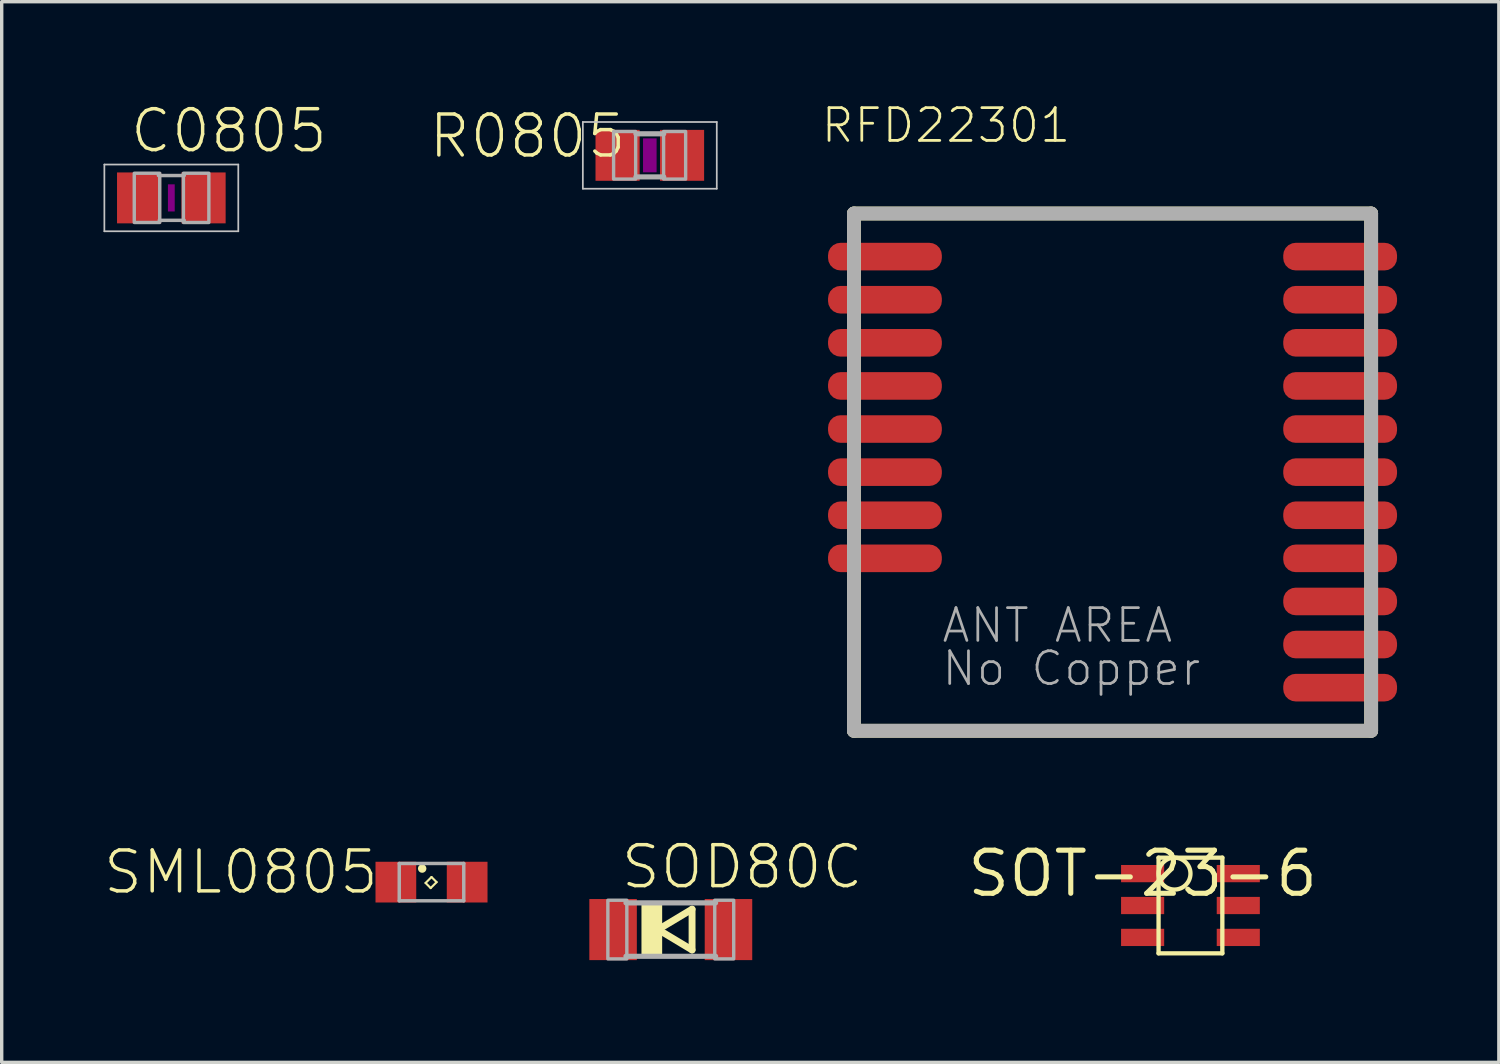
<source format=kicad_pcb>
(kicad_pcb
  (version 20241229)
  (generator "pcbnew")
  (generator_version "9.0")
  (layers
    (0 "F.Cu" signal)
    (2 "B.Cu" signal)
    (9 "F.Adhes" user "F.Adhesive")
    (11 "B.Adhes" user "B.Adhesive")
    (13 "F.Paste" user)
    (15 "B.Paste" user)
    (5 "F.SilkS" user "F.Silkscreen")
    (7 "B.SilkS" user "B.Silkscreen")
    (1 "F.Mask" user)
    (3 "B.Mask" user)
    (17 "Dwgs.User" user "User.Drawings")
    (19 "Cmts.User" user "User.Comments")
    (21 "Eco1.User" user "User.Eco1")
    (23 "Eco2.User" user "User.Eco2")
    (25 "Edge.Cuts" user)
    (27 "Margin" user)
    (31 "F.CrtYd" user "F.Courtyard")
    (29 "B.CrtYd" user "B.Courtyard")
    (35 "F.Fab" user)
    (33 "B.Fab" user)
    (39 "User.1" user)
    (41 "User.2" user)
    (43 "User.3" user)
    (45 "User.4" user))
  (footprint "SOD80C"
    (layer "F.Cu")
    (at 16.714 24.339)
    (property "Reference" "SOD80C" (at -1.524 -1.143 0) (layer "F.SilkS") (effects (font (size 1.206 1.206) (thickness 0.102)) (justify left bottom)))
    (attr through_hole)
    (fp_line (start -0.373 0) (end 0.627 0.6) (stroke (width 0.203) (type solid)) (layer "F.SilkS"))
    (fp_line (start 0.627 -0.6) (end -0.373 0) (stroke (width 0.203) (type solid)) (layer "F.SilkS"))
    (fp_line (start 0.627 0.6) (end 0.627 -0.6) (stroke (width 0.203) (type solid)) (layer "F.SilkS"))
    (fp_poly (pts (xy -0.864 0.787) (xy -0.254 0.787) (xy -0.254 -0.787) (xy -0.864 -0.787)) (stroke (width 0) (type solid)) (fill yes) (layer "F.SilkS"))
    (fp_line (start 1.321 -0.787) (end -1.321 -0.787) (stroke (width 0.152) (type solid)) (layer "F.Fab"))
    (fp_line (start 1.321 0.787) (end -1.321 0.787) (stroke (width 0.152) (type solid)) (layer "F.Fab"))
    (fp_poly (pts (xy -1.854 0.864) (xy -1.295 0.864) (xy -1.295 -0.864) (xy -1.854 -0.864)) (stroke (width 0.1) (type solid)) (fill no) (layer "F.Fab"))
    (fp_poly (pts (xy 1.295 0.864) (xy 1.854 0.864) (xy 1.854 -0.864) (xy 1.295 -0.864)) (stroke (width 0.1) (type solid)) (fill no) (layer "F.Fab"))
    (pad "A" smd rect (at 1.7 0) (size 1.4 1.8) (layers "F.Cu" "F.Mask" "F.Paste"))
    (pad "C" smd rect (at -1.7 0) (size 1.4 1.8) (layers "F.Cu" "F.Mask" "F.Paste")))
  (footprint "RFD22301"
    (layer "F.Cu")
    (at 29.73 12.131)
    (property "Reference" "RFD22301" (at -8.636 -10.922 0) (layer "F.SilkS") (effects (font (size 0.965 0.965) (thickness 0.081)) (justify left bottom)))
    (attr through_hole)
    (fp_line (start -7.62 -8.89) (end 7.62 -8.89) (stroke (width 0.406) (type solid)) (layer "F.SilkS"))
    (fp_line (start -7.62 6.35) (end -7.62 -8.89) (stroke (width 0.406) (type solid)) (layer "F.SilkS"))
    (fp_line (start -7.62 6.35) (end 7.62 6.35) (stroke (width 0.406) (type solid)) (layer "F.SilkS"))
    (fp_line (start 7.62 -8.89) (end 7.62 6.35) (stroke (width 0.406) (type solid)) (layer "F.SilkS"))
    (fp_line (start -7.62 -8.89) (end 7.62 -8.89) (stroke (width 0.406) (type solid)) (layer "F.Fab"))
    (fp_line (start -7.62 6.35) (end -7.62 -8.89) (stroke (width 0.406) (type solid)) (layer "F.Fab"))
    (fp_line (start 7.62 -8.89) (end 7.62 6.35) (stroke (width 0.406) (type solid)) (layer "F.Fab"))
    (fp_line (start 7.62 6.35) (end -7.62 6.35) (stroke (width 0.406) (type solid)) (layer "F.Fab"))
    (fp_text user "ANT AREA" (at -5.08 3.81 0) (layer "F.Fab") (effects (font (size 0.965 0.965) (thickness 0.081)) (justify left bottom)))
    (fp_text user "No Copper" (at -5.08 5.08 0) (layer "F.Fab") (effects (font (size 0.965 0.965) (thickness 0.081)) (justify left bottom)))
    (pad "1" smd roundrect (at -6.706 -7.62) (size 3.353 0.813) (layers "F.Cu" "F.Mask" "F.Paste") (roundrect_rratio 0.45))
    (pad "2" smd roundrect (at -6.706 -6.35) (size 3.353 0.813) (layers "F.Cu" "F.Mask" "F.Paste") (roundrect_rratio 0.45))
    (pad "3" smd roundrect (at -6.706 -5.08) (size 3.353 0.813) (layers "F.Cu" "F.Mask" "F.Paste") (roundrect_rratio 0.45))
    (pad "4" smd roundrect (at -6.706 -3.81) (size 3.353 0.813) (layers "F.Cu" "F.Mask" "F.Paste") (roundrect_rratio 0.45))
    (pad "5" smd roundrect (at -6.706 -2.54) (size 3.353 0.813) (layers "F.Cu" "F.Mask" "F.Paste") (roundrect_rratio 0.45))
    (pad "6" smd roundrect (at -6.706 -1.27) (size 3.353 0.813) (layers "F.Cu" "F.Mask" "F.Paste") (roundrect_rratio 0.45))
    (pad "7" smd roundrect (at -6.706 0) (size 3.353 0.813) (layers "F.Cu" "F.Mask" "F.Paste") (roundrect_rratio 0.45))
    (pad "8" smd roundrect (at -6.706 1.27) (size 3.353 0.813) (layers "F.Cu" "F.Mask" "F.Paste") (roundrect_rratio 0.45))
    (pad "9" smd roundrect (at 6.706 5.08) (size 3.353 0.813) (layers "F.Cu" "F.Mask" "F.Paste") (roundrect_rratio 0.45))
    (pad "10" smd roundrect (at 6.706 3.81) (size 3.353 0.813) (layers "F.Cu" "F.Mask" "F.Paste") (roundrect_rratio 0.45))
    (pad "11" smd roundrect (at 6.706 2.54) (size 3.353 0.813) (layers "F.Cu" "F.Mask" "F.Paste") (roundrect_rratio 0.45))
    (pad "12" smd roundrect (at 6.706 1.27) (size 3.353 0.813) (layers "F.Cu" "F.Mask" "F.Paste") (roundrect_rratio 0.45))
    (pad "13" smd roundrect (at 6.706 0) (size 3.353 0.813) (layers "F.Cu" "F.Mask" "F.Paste") (roundrect_rratio 0.45))
    (pad "14" smd roundrect (at 6.706 -1.27) (size 3.353 0.813) (layers "F.Cu" "F.Mask" "F.Paste") (roundrect_rratio 0.45))
    (pad "15" smd roundrect (at 6.706 -2.54) (size 3.353 0.813) (layers "F.Cu" "F.Mask" "F.Paste") (roundrect_rratio 0.45))
    (pad "16" smd roundrect (at 6.706 -3.81) (size 3.353 0.813) (layers "F.Cu" "F.Mask" "F.Paste") (roundrect_rratio 0.45))
    (pad "17" smd roundrect (at 6.706 -5.08) (size 3.353 0.813) (layers "F.Cu" "F.Mask" "F.Paste") (roundrect_rratio 0.45))
    (pad "18" smd roundrect (at 6.706 -6.35) (size 3.353 0.813) (layers "F.Cu" "F.Mask" "F.Paste") (roundrect_rratio 0.45))
    (pad "19" smd roundrect (at 6.706 -7.62) (size 3.353 0.813) (layers "F.Cu" "F.Mask" "F.Paste") (roundrect_rratio 0.45)))
  (footprint "SOT-23-6"
    (layer "F.Cu")
    (at 30.616 22.69)
    (property "Reference" "SOT-23-6" (at 0 0 0) (layer "F.SilkS") (effects (font (size 1.27 1.27) (thickness 0.15))))
    (attr through_hole)
    (fp_line (start 0.47 -0.47) (end 2.349 -0.47) (stroke (width 0.127) (type solid)) (layer "F.SilkS"))
    (fp_line (start 0.47 2.349) (end 0.47 -0.47) (stroke (width 0.127) (type solid)) (layer "F.SilkS"))
    (fp_line (start 2.349 -0.47) (end 2.349 2.349) (stroke (width 0.127) (type solid)) (layer "F.SilkS"))
    (fp_line (start 2.349 2.349) (end 0.47 2.349) (stroke (width 0.127) (type solid)) (layer "F.SilkS"))
    (fp_circle (center 0.94 0) (end 1.41 0) (stroke (width 0.127) (type solid)) (fill no) (layer "F.SilkS"))
    (pad "P$1" smd rect (at 0 0) (size 1.27 0.508) (layers "F.Cu" "F.Mask" "F.Paste"))
    (pad "P$2" smd rect (at 0 0.94) (size 1.27 0.508) (layers "F.Cu" "F.Mask" "F.Paste"))
    (pad "P$3" smd rect (at 0 1.88) (size 1.27 0.508) (layers "F.Cu" "F.Mask" "F.Paste"))
    (pad "P$4" smd rect (at 2.819 1.88) (size 1.27 0.508) (layers "F.Cu" "F.Mask" "F.Paste"))
    (pad "P$5" smd rect (at 2.819 0.94) (size 1.27 0.508) (layers "F.Cu" "F.Mask" "F.Paste"))
    (pad "P$6" smd rect (at 2.819 0) (size 1.27 0.508) (layers "F.Cu" "F.Mask" "F.Paste")))
  (footprint "SML0805"
    (layer "F.Cu")
    (at 9.664 22.941)
    (property "Reference" "SML0805" (at -1.5 -1 0) (layer "F.SilkS") (effects (font (size 1.206 1.206) (thickness 0.102)) (justify right top)))
    (attr through_hole)
    (fp_line (start -0.175 0.025) (end 0 -0.15) (stroke (width 0.063) (type solid)) (layer "F.SilkS"))
    (fp_line (start -0.025 0.175) (end -0.175 0.025) (stroke (width 0.063) (type solid)) (layer "F.SilkS"))
    (fp_line (start 0 -0.15) (end 0.15 0) (stroke (width 0.063) (type solid)) (layer "F.SilkS"))
    (fp_line (start 0.15 0) (end -0.025 0.175) (stroke (width 0.063) (type solid)) (layer "F.SilkS"))
    (fp_circle (center -0.275 -0.4) (end -0.212 -0.4) (stroke (width 0.125) (type solid)) (fill no) (layer "F.SilkS"))
    (fp_line (start -0.95 -0.55) (end -0.95 0.55) (stroke (width 0.102) (type solid)) (layer "F.Fab"))
    (fp_line (start -0.95 0.55) (end 0.95 0.55) (stroke (width 0.102) (type solid)) (layer "F.Fab"))
    (fp_line (start 0.95 -0.55) (end -0.95 -0.55) (stroke (width 0.102) (type solid)) (layer "F.Fab"))
    (fp_line (start 0.95 0.55) (end 0.95 -0.55) (stroke (width 0.102) (type solid)) (layer "F.Fab"))
    (pad "A" smd rect (at 1.05 0) (size 1.2 1.2) (layers "F.Cu" "F.Mask" "F.Paste"))
    (pad "C" smd rect (at -1.05 0) (size 1.2 1.2) (layers "F.Cu" "F.Mask" "F.Paste")))
  (footprint "R0805"
    (layer "F.Cu")
    (at 16.096 1.527)
    (property "Reference" "R0805" (at -0.635 -1.27 0) (layer "F.SilkS") (effects (font (size 1.206 1.206) (thickness 0.102)) (justify right top)))
    (attr through_hole)
    (fp_poly (pts (xy -0.2 0.5) (xy 0.2 0.5) (xy 0.2 -0.5) (xy -0.2 -0.5)) (stroke (width 0) (type solid)) (fill yes) (layer "F.Adhes"))
    (fp_line (start -1.973 -0.983) (end 1.973 -0.983) (stroke (width 0.051) (type solid)) (layer "Dwgs.User"))
    (fp_line (start -1.973 0.983) (end -1.973 -0.983) (stroke (width 0.051) (type solid)) (layer "Dwgs.User"))
    (fp_line (start 1.973 -0.983) (end 1.973 0.983) (stroke (width 0.051) (type solid)) (layer "Dwgs.User"))
    (fp_line (start 1.973 0.983) (end -1.973 0.983) (stroke (width 0.051) (type solid)) (layer "Dwgs.User"))
    (fp_line (start -0.41 -0.635) (end 0.41 -0.635) (stroke (width 0.152) (type solid)) (layer "F.Fab"))
    (fp_line (start -0.41 0.635) (end 0.41 0.635) (stroke (width 0.152) (type solid)) (layer "F.Fab"))
    (fp_poly (pts (xy -1.067 0.699) (xy -0.417 0.699) (xy -0.417 -0.702) (xy -1.067 -0.702)) (stroke (width 0.1) (type solid)) (fill no) (layer "F.Fab"))
    (fp_poly (pts (xy 0.406 0.699) (xy 1.056 0.699) (xy 1.056 -0.702) (xy 0.406 -0.702)) (stroke (width 0.1) (type solid)) (fill no) (layer "F.Fab"))
    (pad "1" smd rect (at -0.95 0) (size 1.3 1.5) (layers "F.Cu" "F.Mask" "F.Paste"))
    (pad "2" smd rect (at 0.95 0) (size 1.3 1.5) (layers "F.Cu" "F.Mask" "F.Paste")))
  (footprint "C0805"
    (layer "F.Cu")
    (at 1.998 2.781)
    (property "Reference" "C0805" (at -1.27 -1.27 0) (layer "F.SilkS") (effects (font (size 1.206 1.206) (thickness 0.102)) (justify left bottom)))
    (attr through_hole)
    (fp_poly (pts (xy -0.1 0.4) (xy 0.1 0.4) (xy 0.1 -0.4) (xy -0.1 -0.4)) (stroke (width 0) (type solid)) (fill yes) (layer "F.Adhes"))
    (fp_line (start -1.973 -0.983) (end 1.973 -0.983) (stroke (width 0.051) (type solid)) (layer "Dwgs.User"))
    (fp_line (start -1.973 0.983) (end -1.973 -0.983) (stroke (width 0.051) (type solid)) (layer "Dwgs.User"))
    (fp_line (start 1.973 -0.983) (end 1.973 0.983) (stroke (width 0.051) (type solid)) (layer "Dwgs.User"))
    (fp_line (start 1.973 0.983) (end -1.973 0.983) (stroke (width 0.051) (type solid)) (layer "Dwgs.User"))
    (fp_line (start -0.381 -0.66) (end 0.381 -0.66) (stroke (width 0.102) (type solid)) (layer "F.Fab"))
    (fp_line (start -0.356 0.66) (end 0.381 0.66) (stroke (width 0.102) (type solid)) (layer "F.Fab"))
    (fp_poly (pts (xy -1.092 0.724) (xy -0.342 0.724) (xy -0.342 -0.726) (xy -1.092 -0.726)) (stroke (width 0.1) (type solid)) (fill no) (layer "F.Fab"))
    (fp_poly (pts (xy 0.356 0.724) (xy 1.106 0.724) (xy 1.106 -0.726) (xy 0.356 -0.726)) (stroke (width 0.1) (type solid)) (fill no) (layer "F.Fab"))
    (pad "1" smd rect (at -0.95 0) (size 1.3 1.5) (layers "F.Cu" "F.Mask" "F.Paste"))
    (pad "2" smd rect (at 0.95 0) (size 1.3 1.5) (layers "F.Cu" "F.Mask" "F.Paste")))
  (gr_rect
    (start -3 -3)
    (end 41.112 28.252)
    (stroke (width 0.1) (type default))
    (fill no)
    (layer "Edge.Cuts")))
</source>
